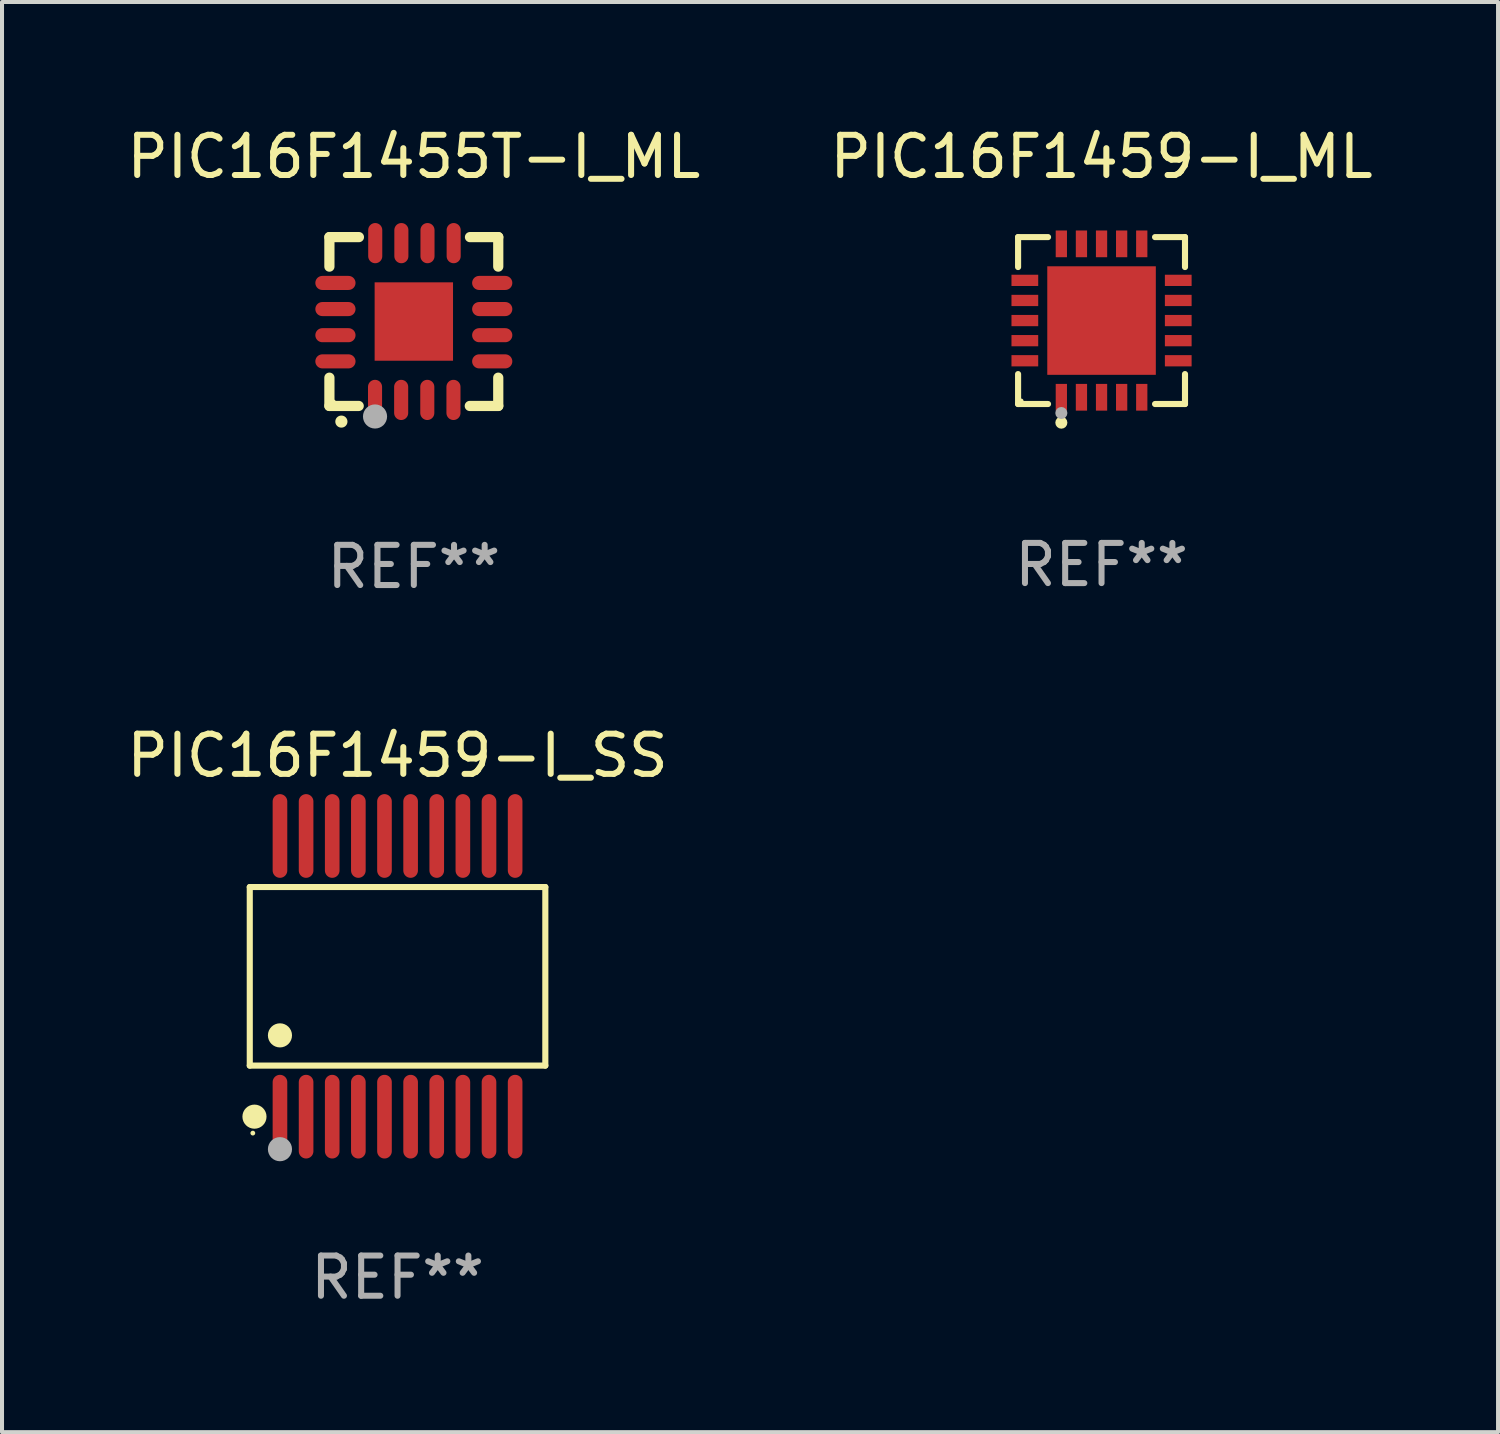
<source format=kicad_pcb>
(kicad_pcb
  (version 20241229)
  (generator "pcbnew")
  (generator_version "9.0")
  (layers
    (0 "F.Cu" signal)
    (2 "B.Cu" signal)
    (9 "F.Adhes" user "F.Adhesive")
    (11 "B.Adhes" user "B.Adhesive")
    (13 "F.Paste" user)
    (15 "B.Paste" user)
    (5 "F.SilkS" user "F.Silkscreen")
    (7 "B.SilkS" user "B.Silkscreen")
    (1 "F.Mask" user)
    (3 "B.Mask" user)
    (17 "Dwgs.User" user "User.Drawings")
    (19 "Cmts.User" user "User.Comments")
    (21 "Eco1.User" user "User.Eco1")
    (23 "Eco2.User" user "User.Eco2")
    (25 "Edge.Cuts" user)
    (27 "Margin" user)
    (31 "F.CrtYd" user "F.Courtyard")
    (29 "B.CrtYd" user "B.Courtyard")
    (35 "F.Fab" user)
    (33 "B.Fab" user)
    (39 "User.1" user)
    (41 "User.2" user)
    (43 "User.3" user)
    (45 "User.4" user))
  (footprint "PIC16F1459-I_SS"
    (layer "F.Cu")
    (at 6.839 21.236)
    (property "Reference" "PIC16F1459-I_SS" (at 0 -5.491 0) (layer "F.SilkS") (effects (font (size 1 1) (thickness 0.15))))
    (attr through_hole)
    (fp_line (start -3.676 -2.221) (end 3.676 -2.221) (stroke (width 0.152) (type solid)) (layer "F.SilkS"))
    (fp_line (start -3.676 2.221) (end -3.676 -2.221) (stroke (width 0.152) (type solid)) (layer "F.SilkS"))
    (fp_line (start 3.676 -2.221) (end 3.676 2.221) (stroke (width 0.152) (type solid)) (layer "F.SilkS"))
    (fp_line (start 3.676 2.221) (end -3.676 2.221) (stroke (width 0.152) (type solid)) (layer "F.SilkS"))
    (fp_circle (center -3.6 3.9) (end -3.57 3.9) (stroke (width 0.06) (type solid)) (fill no) (layer "F.SilkS"))
    (fp_circle (center -3.559 3.491) (end -3.409 3.491) (stroke (width 0.3) (type solid)) (fill no) (layer "F.SilkS"))
    (fp_circle (center -2.925 1.469) (end -2.775 1.469) (stroke (width 0.3) (type solid)) (fill no) (layer "F.SilkS"))
    (fp_circle (center -2.925 4.3) (end -2.775 4.3) (stroke (width 0.3) (type solid)) (fill no) (layer "F.Fab"))
    (fp_text user "REF**" (at 0 7.491 0) (layer "F.Fab") (effects (font (size 1 1) (thickness 0.15))))
    (pad "1" smd oval (at -2.925 3.491) (size 0.364 2.082) (layers "F.Cu" "F.Mask" "F.Paste"))
    (pad "2" smd oval (at -2.275 3.491) (size 0.364 2.082) (layers "F.Cu" "F.Mask" "F.Paste"))
    (pad "3" smd oval (at -1.625 3.491) (size 0.364 2.082) (layers "F.Cu" "F.Mask" "F.Paste"))
    (pad "4" smd oval (at -0.975 3.491) (size 0.364 2.082) (layers "F.Cu" "F.Mask" "F.Paste"))
    (pad "5" smd oval (at -0.325 3.491) (size 0.364 2.082) (layers "F.Cu" "F.Mask" "F.Paste"))
    (pad "6" smd oval (at 0.325 3.491) (size 0.364 2.082) (layers "F.Cu" "F.Mask" "F.Paste"))
    (pad "7" smd oval (at 0.975 3.491) (size 0.364 2.082) (layers "F.Cu" "F.Mask" "F.Paste"))
    (pad "8" smd oval (at 1.625 3.491) (size 0.364 2.082) (layers "F.Cu" "F.Mask" "F.Paste"))
    (pad "9" smd oval (at 2.275 3.491) (size 0.364 2.082) (layers "F.Cu" "F.Mask" "F.Paste"))
    (pad "10" smd oval (at 2.925 3.491) (size 0.364 2.082) (layers "F.Cu" "F.Mask" "F.Paste"))
    (pad "11" smd oval (at 2.925 -3.491) (size 0.364 2.082) (layers "F.Cu" "F.Mask" "F.Paste"))
    (pad "12" smd oval (at 2.275 -3.491) (size 0.364 2.082) (layers "F.Cu" "F.Mask" "F.Paste"))
    (pad "13" smd oval (at 1.625 -3.491) (size 0.364 2.082) (layers "F.Cu" "F.Mask" "F.Paste"))
    (pad "14" smd oval (at 0.975 -3.491) (size 0.364 2.082) (layers "F.Cu" "F.Mask" "F.Paste"))
    (pad "15" smd oval (at 0.325 -3.491) (size 0.364 2.082) (layers "F.Cu" "F.Mask" "F.Paste"))
    (pad "16" smd oval (at -0.325 -3.491) (size 0.364 2.082) (layers "F.Cu" "F.Mask" "F.Paste"))
    (pad "17" smd oval (at -0.975 -3.491) (size 0.364 2.082) (layers "F.Cu" "F.Mask" "F.Paste"))
    (pad "18" smd oval (at -1.625 -3.491) (size 0.364 2.082) (layers "F.Cu" "F.Mask" "F.Paste"))
    (pad "19" smd oval (at -2.275 -3.491) (size 0.364 2.082) (layers "F.Cu" "F.Mask" "F.Paste"))
    (pad "20" smd oval (at -2.925 -3.491) (size 0.364 2.082) (layers "F.Cu" "F.Mask" "F.Paste")))
  (footprint "PIC16F1455T-I_ML"
    (layer "F.Cu")
    (at 7.244 4.948)
    (property "Reference" "PIC16F1455T-I_ML" (at 0 -4.1 0) (layer "F.SilkS") (effects (font (size 1 1) (thickness 0.15))))
    (attr through_hole)
    (fp_line (start -2.1 -2.1) (end -1.366 -2.1) (stroke (width 0.254) (type solid)) (layer "F.SilkS"))
    (fp_line (start -2.1 -1.366) (end -2.1 -2.1) (stroke (width 0.254) (type solid)) (layer "F.SilkS"))
    (fp_line (start -2.1 2.1) (end -2.1 1.397) (stroke (width 0.254) (type solid)) (layer "F.SilkS"))
    (fp_line (start -2.1 2.1) (end -1.371 2.1) (stroke (width 0.254) (type solid)) (layer "F.SilkS"))
    (fp_line (start 1.392 2.1) (end 2.1 2.1) (stroke (width 0.254) (type solid)) (layer "F.SilkS"))
    (fp_line (start 1.397 -2.1) (end 2.1 -2.1) (stroke (width 0.254) (type solid)) (layer "F.SilkS"))
    (fp_line (start 2.1 -1.366) (end 2.1 -2.1) (stroke (width 0.254) (type solid)) (layer "F.SilkS"))
    (fp_line (start 2.1 2.1) (end 2.1 1.397) (stroke (width 0.254) (type solid)) (layer "F.SilkS"))
    (fp_arc (start -1.803404 2.489205) (mid -1.802134 2.4892) (end -1.800864 2.489205) (stroke (width 0.3) (type solid)) (layer "F.SilkS"))
    (fp_circle (center -2 2) (end -1.97 2) (stroke (width 0.06) (type solid)) (fill no) (layer "F.SilkS"))
    (fp_circle (center -0.965 2.362) (end -0.815 2.362) (stroke (width 0.3) (type solid)) (fill no) (layer "F.Fab"))
    (fp_text user "REF**" (at 0 6.1 0) (layer "F.Fab") (effects (font (size 1 1) (thickness 0.15))))
    (pad "1" smd oval (at -0.965 1.95) (size 0.35 1) (layers "F.Cu" "F.Mask" "F.Paste"))
    (pad "2" smd oval (at -0.315 1.95) (size 0.35 1) (layers "F.Cu" "F.Mask" "F.Paste"))
    (pad "3" smd oval (at 0.335 1.95) (size 0.35 1) (layers "F.Cu" "F.Mask" "F.Paste"))
    (pad "4" smd oval (at 0.986 1.95) (size 0.35 1) (layers "F.Cu" "F.Mask" "F.Paste"))
    (pad "5" smd oval (at 1.95 0.991) (size 1 0.35) (layers "F.Cu" "F.Mask" "F.Paste"))
    (pad "6" smd oval (at 1.95 0.34) (size 1 0.35) (layers "F.Cu" "F.Mask" "F.Paste"))
    (pad "7" smd oval (at 1.95 -0.31) (size 1 0.35) (layers "F.Cu" "F.Mask" "F.Paste"))
    (pad "8" smd oval (at 1.95 -0.96) (size 1 0.35) (layers "F.Cu" "F.Mask" "F.Paste"))
    (pad "9" smd oval (at 0.991 -1.95) (size 0.35 1) (layers "F.Cu" "F.Mask" "F.Paste"))
    (pad "10" smd oval (at 0.34 -1.95) (size 0.35 1) (layers "F.Cu" "F.Mask" "F.Paste"))
    (pad "11" smd oval (at -0.31 -1.95) (size 0.35 1) (layers "F.Cu" "F.Mask" "F.Paste"))
    (pad "12" smd oval (at -0.96 -1.95) (size 0.35 1) (layers "F.Cu" "F.Mask" "F.Paste"))
    (pad "13" smd oval (at -1.95 -0.96) (size 1 0.35) (layers "F.Cu" "F.Mask" "F.Paste"))
    (pad "14" smd oval (at -1.95 -0.31) (size 1 0.35) (layers "F.Cu" "F.Mask" "F.Paste"))
    (pad "15" smd oval (at -1.95 0.34) (size 1 0.35) (layers "F.Cu" "F.Mask" "F.Paste"))
    (pad "16" smd oval (at -1.95 0.991) (size 1 0.35) (layers "F.Cu" "F.Mask" "F.Paste"))
    (pad "17" smd rect (at 0 0) (size 1.95 1.95) (layers "F.Cu" "F.Mask" "F.Paste")))
  (footprint "PIC16F1459-I_ML"
    (layer "F.Cu")
    (at 24.351 4.924)
    (property "Reference" "PIC16F1459-I_ML" (at 0 -4.076 0) (layer "F.SilkS") (effects (font (size 1 1) (thickness 0.15))))
    (attr through_hole)
    (fp_line (start -2.076 -2.076) (end -1.331 -2.076) (stroke (width 0.152) (type solid)) (layer "F.SilkS"))
    (fp_line (start -2.076 -1.331) (end -2.076 -2.076) (stroke (width 0.152) (type solid)) (layer "F.SilkS"))
    (fp_line (start -2.076 1.331) (end -2.076 2.076) (stroke (width 0.152) (type solid)) (layer "F.SilkS"))
    (fp_line (start -2.076 2.076) (end -1.331 2.076) (stroke (width 0.152) (type solid)) (layer "F.SilkS"))
    (fp_line (start 2.076 -2.076) (end 1.331 -2.076) (stroke (width 0.152) (type solid)) (layer "F.SilkS"))
    (fp_line (start 2.076 -1.331) (end 2.076 -2.076) (stroke (width 0.152) (type solid)) (layer "F.SilkS"))
    (fp_line (start 2.076 1.331) (end 2.076 2.076) (stroke (width 0.152) (type solid)) (layer "F.SilkS"))
    (fp_line (start 2.076 2.076) (end 1.331 2.076) (stroke (width 0.152) (type solid)) (layer "F.SilkS"))
    (fp_circle (center -2 2) (end -1.97 2) (stroke (width 0.06) (type solid)) (fill no) (layer "F.SilkS"))
    (fp_circle (center -1 2.54) (end -0.925 2.54) (stroke (width 0.15) (type solid)) (fill no) (layer "F.SilkS"))
    (fp_circle (center -1 2.3) (end -0.925 2.3) (stroke (width 0.15) (type solid)) (fill no) (layer "F.Fab"))
    (fp_text user "REF**" (at 0 6.076 0) (layer "F.Fab") (effects (font (size 1 1) (thickness 0.15))))
    (pad "1" smd rect (at -1 1.908) (size 0.28 0.665) (layers "F.Cu" "F.Mask" "F.Paste"))
    (pad "2" smd rect (at -0.5 1.908) (size 0.28 0.665) (layers "F.Cu" "F.Mask" "F.Paste"))
    (pad "3" smd rect (at 0 1.908) (size 0.28 0.665) (layers "F.Cu" "F.Mask" "F.Paste"))
    (pad "4" smd rect (at 0.5 1.908) (size 0.28 0.665) (layers "F.Cu" "F.Mask" "F.Paste"))
    (pad "5" smd rect (at 1 1.908) (size 0.28 0.665) (layers "F.Cu" "F.Mask" "F.Paste"))
    (pad "6" smd rect (at 1.908 1) (size 0.665 0.28) (layers "F.Cu" "F.Mask" "F.Paste"))
    (pad "7" smd rect (at 1.908 0.5) (size 0.665 0.28) (layers "F.Cu" "F.Mask" "F.Paste"))
    (pad "8" smd rect (at 1.908 0) (size 0.665 0.28) (layers "F.Cu" "F.Mask" "F.Paste"))
    (pad "9" smd rect (at 1.908 -0.5) (size 0.665 0.28) (layers "F.Cu" "F.Mask" "F.Paste"))
    (pad "10" smd rect (at 1.908 -1) (size 0.665 0.28) (layers "F.Cu" "F.Mask" "F.Paste"))
    (pad "11" smd rect (at 1 -1.908) (size 0.28 0.665) (layers "F.Cu" "F.Mask" "F.Paste"))
    (pad "12" smd rect (at 0.5 -1.908) (size 0.28 0.665) (layers "F.Cu" "F.Mask" "F.Paste"))
    (pad "13" smd rect (at 0 -1.908) (size 0.28 0.665) (layers "F.Cu" "F.Mask" "F.Paste"))
    (pad "14" smd rect (at -0.5 -1.908) (size 0.28 0.665) (layers "F.Cu" "F.Mask" "F.Paste"))
    (pad "15" smd rect (at -1 -1.908) (size 0.28 0.665) (layers "F.Cu" "F.Mask" "F.Paste"))
    (pad "16" smd rect (at -1.908 -1) (size 0.665 0.28) (layers "F.Cu" "F.Mask" "F.Paste"))
    (pad "17" smd rect (at -1.908 -0.5) (size 0.665 0.28) (layers "F.Cu" "F.Mask" "F.Paste"))
    (pad "18" smd rect (at -1.908 0) (size 0.665 0.28) (layers "F.Cu" "F.Mask" "F.Paste"))
    (pad "19" smd rect (at -1.908 0.5) (size 0.665 0.28) (layers "F.Cu" "F.Mask" "F.Paste"))
    (pad "20" smd rect (at -1.908 1) (size 0.665 0.28) (layers "F.Cu" "F.Mask" "F.Paste"))
    (pad "21" smd rect (at 0 0) (size 2.7 2.7) (layers "F.Cu" "F.Mask" "F.Paste")))
  (gr_rect
    (start -3 -3)
    (end 34.214 32.575)
    (stroke (width 0.1) (type default))
    (fill no)
    (layer "Edge.Cuts")))
</source>
